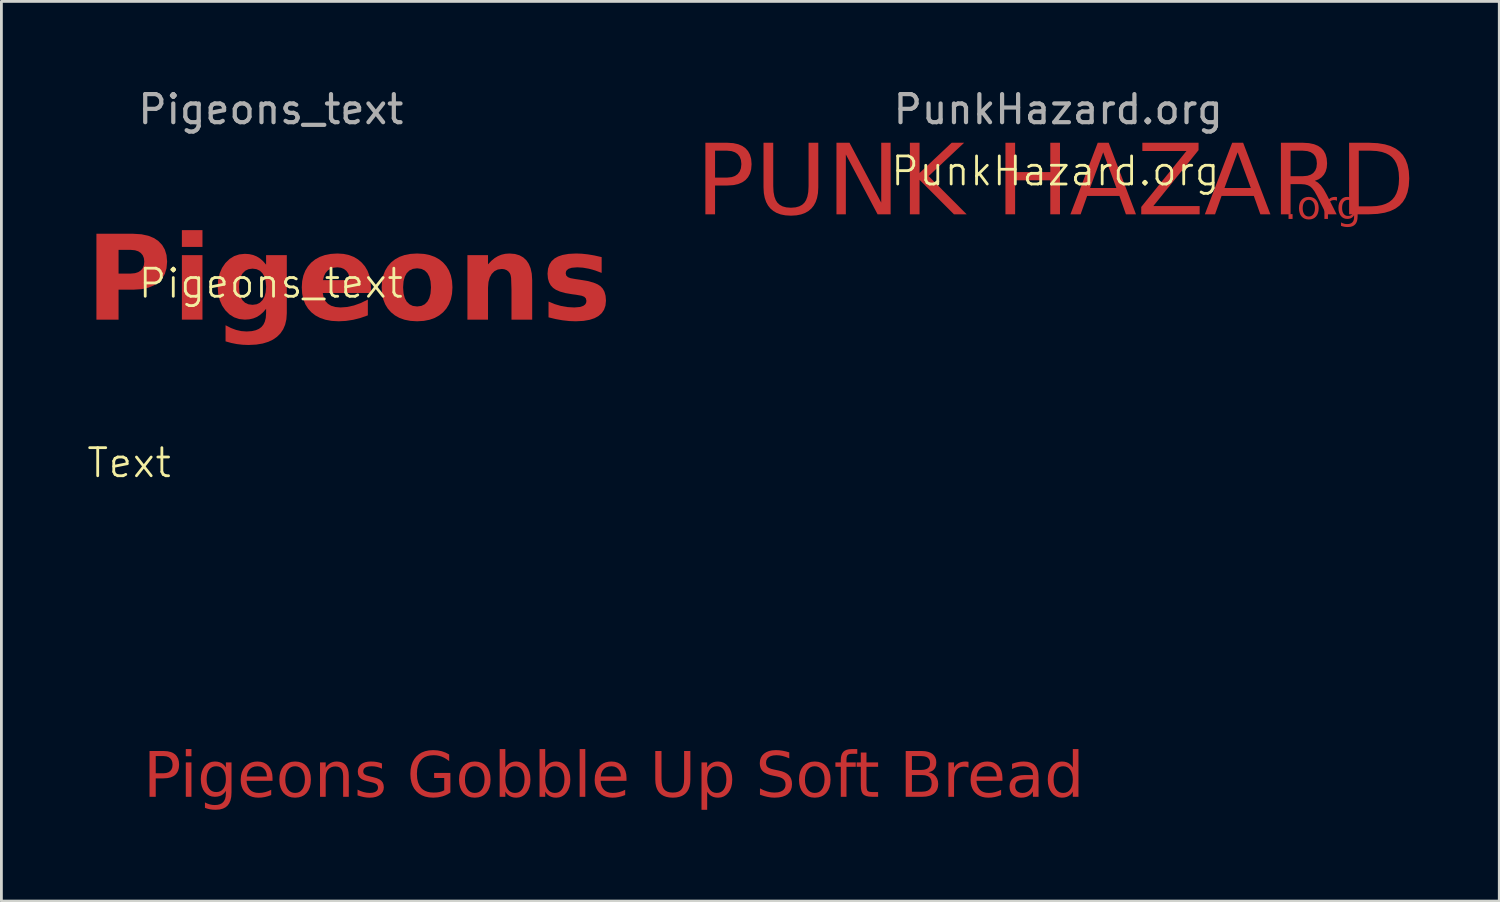
<source format=kicad_pcb>
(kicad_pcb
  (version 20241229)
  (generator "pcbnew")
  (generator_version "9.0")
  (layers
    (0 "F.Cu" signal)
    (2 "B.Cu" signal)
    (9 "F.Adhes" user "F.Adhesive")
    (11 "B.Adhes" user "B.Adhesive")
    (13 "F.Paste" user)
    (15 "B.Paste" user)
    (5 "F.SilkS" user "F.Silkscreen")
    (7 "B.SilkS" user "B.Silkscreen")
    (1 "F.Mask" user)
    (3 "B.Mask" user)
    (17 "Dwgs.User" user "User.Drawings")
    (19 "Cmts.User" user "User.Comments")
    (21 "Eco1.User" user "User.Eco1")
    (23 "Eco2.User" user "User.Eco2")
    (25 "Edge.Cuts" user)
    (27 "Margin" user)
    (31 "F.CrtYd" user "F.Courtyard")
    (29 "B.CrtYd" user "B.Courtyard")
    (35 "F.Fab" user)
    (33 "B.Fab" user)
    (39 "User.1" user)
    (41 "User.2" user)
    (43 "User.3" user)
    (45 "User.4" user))
  (footprint "PunkHazard.org"
    (layer "F.Cu")
    (at 34.552 3.548)
    (property "Reference" "PunkHazard.org" (at 0 -0.5 0) (unlocked yes) (layer "F.SilkS") (effects (font (size 1 1) (thickness 0.1))))
    (attr smd)
    (fp_text user "PUNK HAZARD" (at 0 0 0) (unlocked yes) (layer "F.Cu") (effects (font (face "Balloon") (size 2.5 2.5) (thickness 0.1))))
    (fp_text user ".org" (at 9.525 0.787 0) (unlocked yes) (layer "F.Cu") (effects (font (face "Verdana") (size 1 1) (thickness 0.1))))
    (fp_text user "PUNK HAZARD" (at 0 0 0) (unlocked yes) (layer "F.Mask") (effects (font (face "Balloon") (size 2.5 2.5) (thickness 0.1))))
    (fp_text user ".org" (at 9.525 0.787 0) (unlocked yes) (layer "F.Mask") (effects (font (face "Verdana") (size 1 1) (thickness 0.1))))
    (fp_text user "${REFERENCE}" (at 0.1 -2.7 0) (unlocked yes) (layer "F.Fab") (effects (font (size 1 1) (thickness 0.15)))))
  (footprint "Pigeons_text"
    (layer "F.Cu")
    (at 6.6 7.548)
    (property "Reference" "Pigeons_text" (at 0 -0.5 0) (unlocked yes) (layer "F.SilkS") (effects (font (size 1 1) (thickness 0.1))))
    (attr smd)
    (fp_text user "Pigeons" (at -6.6 1.3 0) (unlocked yes) (layer "F.Cu") (effects (font (face "Snell Roundhand") (size 3 3) (thickness 0.3) (bold yes)) (justify left bottom)))
    (fp_text user "Pigeons" (at -6.6 1.3 0) (unlocked yes) (layer "F.Mask") (effects (font (face "Snell Roundhand") (size 3 3) (thickness 0.3) (bold yes)) (justify left bottom)))
    (fp_text user "${REFERENCE}" (at 0 -6.7 0) (unlocked yes) (layer "F.Fab") (effects (font (size 1 1) (thickness 0.15)))))
  (footprint "Text"
    (layer "F.Cu")
    (at 17.044 24.848)
    (property "Reference" "Text" (at -15.494 -11.406 0) (unlocked yes) (layer "F.SilkS") (effects (font (size 1 1) (thickness 0.1))))
    (attr smd)
    (fp_text user "Pigeons Gobble Up Soft Bread" (at -14.986 0.762 0) (unlocked yes) (layer "F.Cu") (effects (font (face "Kefa") (size 1.6 1.6) (thickness 0.2)) (justify left bottom)))
    (fp_text user "Pigeons Gobble Up Soft Bread" (at -14.986 0.762 0) (unlocked yes) (layer "F.Mask") (effects (font (face "Kefa") (size 1.6 1.6) (thickness 0.2)) (justify left bottom))))
  (gr_rect
    (start -3 -3)
    (end 50.366 29.054)
    (stroke (width 0.1) (type default))
    (fill no)
    (layer "Edge.Cuts")))
</source>
